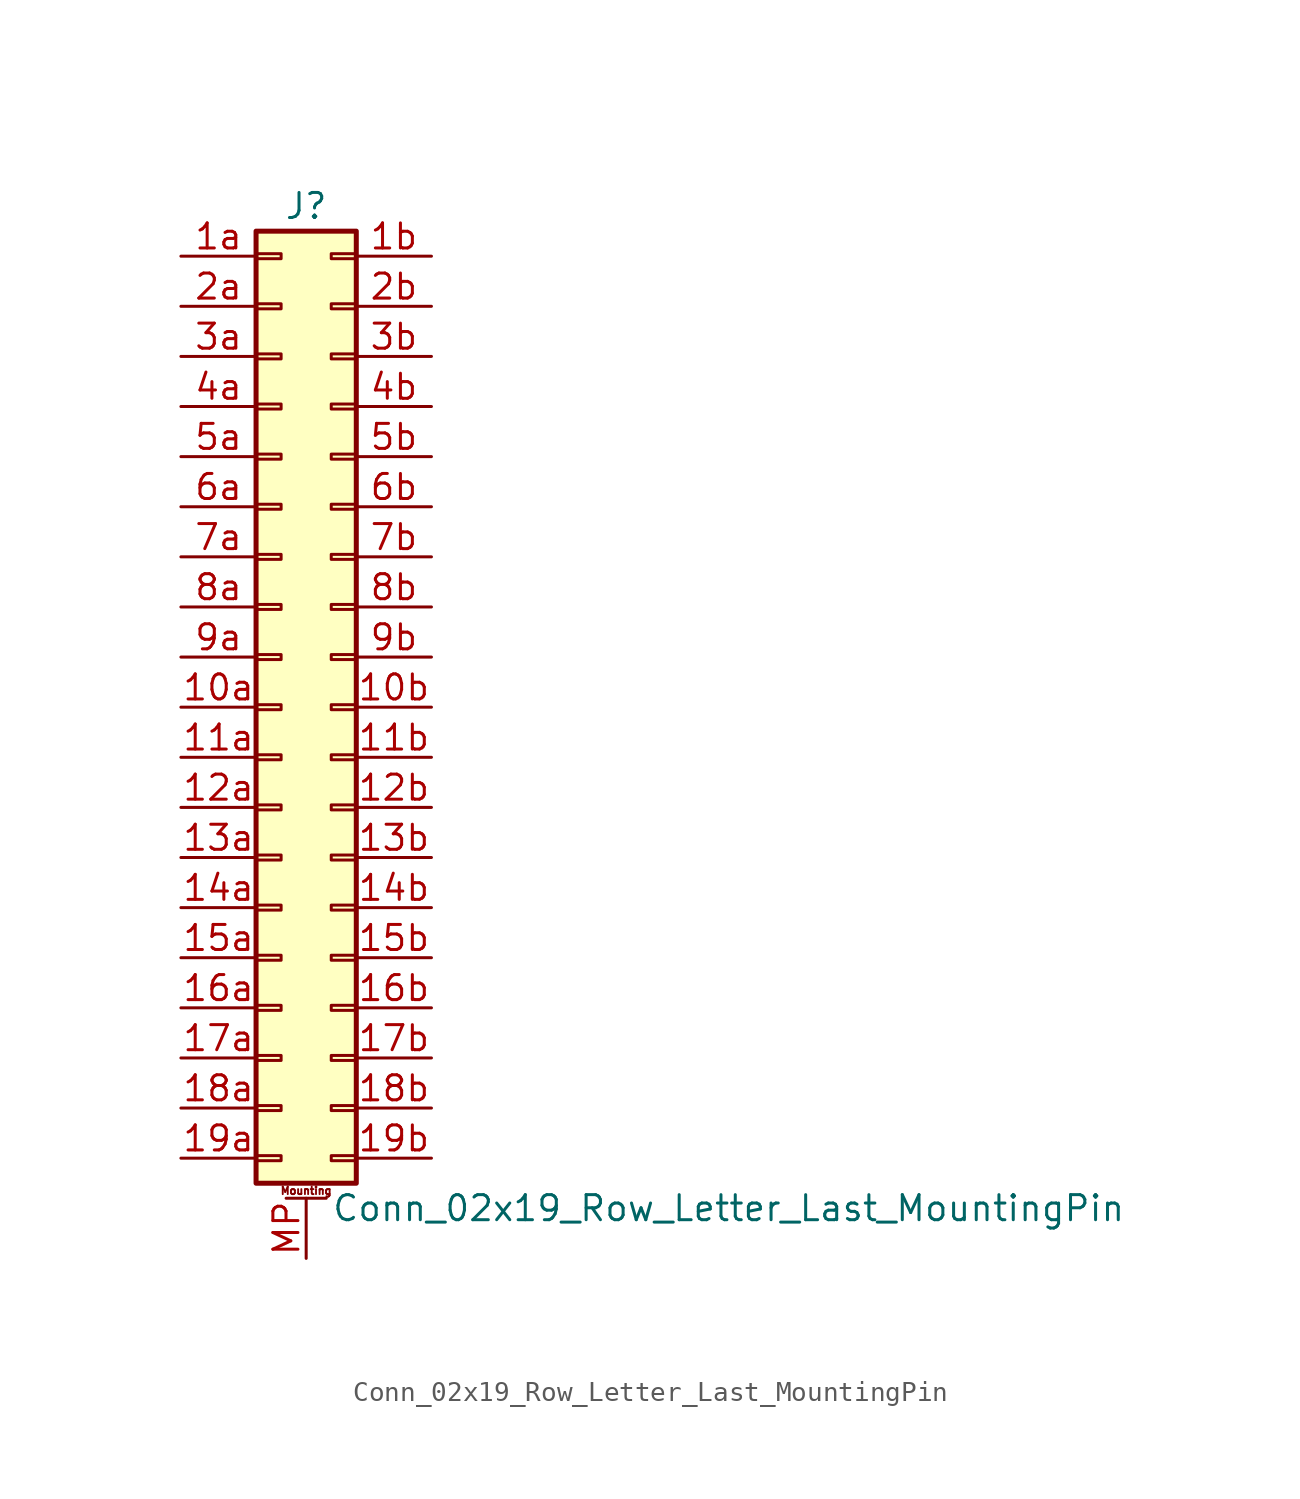
<source format=kicad_sym>
(kicad_symbol_lib
  (version 20220914)
  (generator kicad_symbol_editor)
  (symbol "Conn_02x19_Row_Letter_Last_MountingPin"
    (pin_names
      (offset 1.016) hide)
    (property "Reference" "J"
      (at 1.27 25.4 0)
      (effects (font (size 1.27 1.27))))
    (property "Value" "Conn_02x19_Row_Letter_Last_MountingPin"
      (at 2.54 -25.4 0)
      (effects (font (size 1.27 1.27)) (justify left)))
    (symbol "Conn_02x19_Row_Letter_Last_MountingPin_1_1"
      (rectangle (start -1.27 -22.733) (end 0 -22.987) (stroke (width 0.152) (type default)) (fill (type none)))
      (rectangle (start -1.27 -20.193) (end 0 -20.447) (stroke (width 0.152) (type default)) (fill (type none)))
      (rectangle (start -1.27 -17.653) (end 0 -17.907) (stroke (width 0.152) (type default)) (fill (type none)))
      (rectangle (start -1.27 -15.113) (end 0 -15.367) (stroke (width 0.152) (type default)) (fill (type none)))
      (rectangle (start -1.27 -12.573) (end 0 -12.827) (stroke (width 0.152) (type default)) (fill (type none)))
      (rectangle (start -1.27 -10.033) (end 0 -10.287) (stroke (width 0.152) (type default)) (fill (type none)))
      (rectangle (start -1.27 -7.493) (end 0 -7.747) (stroke (width 0.152) (type default)) (fill (type none)))
      (rectangle (start -1.27 -4.953) (end 0 -5.207) (stroke (width 0.152) (type default)) (fill (type none)))
      (rectangle (start -1.27 -2.413) (end 0 -2.667) (stroke (width 0.152) (type default)) (fill (type none)))
      (rectangle (start -1.27 0.127) (end 0 -0.127) (stroke (width 0.152) (type default)) (fill (type none)))
      (rectangle (start -1.27 2.667) (end 0 2.413) (stroke (width 0.152) (type default)) (fill (type none)))
      (rectangle (start -1.27 5.207) (end 0 4.953) (stroke (width 0.152) (type default)) (fill (type none)))
      (rectangle (start -1.27 7.747) (end 0 7.493) (stroke (width 0.152) (type default)) (fill (type none)))
      (rectangle (start -1.27 10.287) (end 0 10.033) (stroke (width 0.152) (type default)) (fill (type none)))
      (rectangle (start -1.27 12.827) (end 0 12.573) (stroke (width 0.152) (type default)) (fill (type none)))
      (rectangle (start -1.27 15.367) (end 0 15.113) (stroke (width 0.152) (type default)) (fill (type none)))
      (rectangle (start -1.27 17.907) (end 0 17.653) (stroke (width 0.152) (type default)) (fill (type none)))
      (rectangle (start -1.27 20.447) (end 0 20.193) (stroke (width 0.152) (type default)) (fill (type none)))
      (rectangle (start -1.27 22.987) (end 0 22.733) (stroke (width 0.152) (type default)) (fill (type none)))
      (rectangle (start -1.27 24.13) (end 3.81 -24.13) (stroke (width 0.254) (type default)) (fill (type background)))
      (polyline (pts (xy 0.254 -24.892) (xy 2.286 -24.892)) (stroke (width 0.152) (type default)) (fill (type none)))
      (rectangle (start 3.81 -22.733) (end 2.54 -22.987) (stroke (width 0.152) (type default)) (fill (type none)))
      (rectangle (start 3.81 -20.193) (end 2.54 -20.447) (stroke (width 0.152) (type default)) (fill (type none)))
      (rectangle (start 3.81 -17.653) (end 2.54 -17.907) (stroke (width 0.152) (type default)) (fill (type none)))
      (rectangle (start 3.81 -15.113) (end 2.54 -15.367) (stroke (width 0.152) (type default)) (fill (type none)))
      (rectangle (start 3.81 -12.573) (end 2.54 -12.827) (stroke (width 0.152) (type default)) (fill (type none)))
      (rectangle (start 3.81 -10.033) (end 2.54 -10.287) (stroke (width 0.152) (type default)) (fill (type none)))
      (rectangle (start 3.81 -7.493) (end 2.54 -7.747) (stroke (width 0.152) (type default)) (fill (type none)))
      (rectangle (start 3.81 -4.953) (end 2.54 -5.207) (stroke (width 0.152) (type default)) (fill (type none)))
      (rectangle (start 3.81 -2.413) (end 2.54 -2.667) (stroke (width 0.152) (type default)) (fill (type none)))
      (rectangle (start 3.81 0.127) (end 2.54 -0.127) (stroke (width 0.152) (type default)) (fill (type none)))
      (rectangle (start 3.81 2.667) (end 2.54 2.413) (stroke (width 0.152) (type default)) (fill (type none)))
      (rectangle (start 3.81 5.207) (end 2.54 4.953) (stroke (width 0.152) (type default)) (fill (type none)))
      (rectangle (start 3.81 7.747) (end 2.54 7.493) (stroke (width 0.152) (type default)) (fill (type none)))
      (rectangle (start 3.81 10.287) (end 2.54 10.033) (stroke (width 0.152) (type default)) (fill (type none)))
      (rectangle (start 3.81 12.827) (end 2.54 12.573) (stroke (width 0.152) (type default)) (fill (type none)))
      (rectangle (start 3.81 15.367) (end 2.54 15.113) (stroke (width 0.152) (type default)) (fill (type none)))
      (rectangle (start 3.81 17.907) (end 2.54 17.653) (stroke (width 0.152) (type default)) (fill (type none)))
      (rectangle (start 3.81 20.447) (end 2.54 20.193) (stroke (width 0.152) (type default)) (fill (type none)))
      (rectangle (start 3.81 22.987) (end 2.54 22.733) (stroke (width 0.152) (type default)) (fill (type none)))
      (text "Mounting" (at 1.27 -24.511 0) (effects (font (size 0.381 0.381))))
      (pin passive line (at -5.08 0 0) (length 3.81) (name "Pin_10a" (effects (font (size 1.27 1.27)))) (number "10a" (effects (font (size 1.27 1.27)))))
      (pin passive line (at 7.62 0 180) (length 3.81) (name "Pin_10b" (effects (font (size 1.27 1.27)))) (number "10b" (effects (font (size 1.27 1.27)))))
      (pin passive line (at -5.08 -2.54 0) (length 3.81) (name "Pin_11a" (effects (font (size 1.27 1.27)))) (number "11a" (effects (font (size 1.27 1.27)))))
      (pin passive line (at 7.62 -2.54 180) (length 3.81) (name "Pin_11b" (effects (font (size 1.27 1.27)))) (number "11b" (effects (font (size 1.27 1.27)))))
      (pin passive line (at -5.08 -5.08 0) (length 3.81) (name "Pin_12a" (effects (font (size 1.27 1.27)))) (number "12a" (effects (font (size 1.27 1.27)))))
      (pin passive line (at 7.62 -5.08 180) (length 3.81) (name "Pin_12b" (effects (font (size 1.27 1.27)))) (number "12b" (effects (font (size 1.27 1.27)))))
      (pin passive line (at -5.08 -7.62 0) (length 3.81) (name "Pin_13a" (effects (font (size 1.27 1.27)))) (number "13a" (effects (font (size 1.27 1.27)))))
      (pin passive line (at 7.62 -7.62 180) (length 3.81) (name "Pin_13b" (effects (font (size 1.27 1.27)))) (number "13b" (effects (font (size 1.27 1.27)))))
      (pin passive line (at -5.08 -10.16 0) (length 3.81) (name "Pin_14a" (effects (font (size 1.27 1.27)))) (number "14a" (effects (font (size 1.27 1.27)))))
      (pin passive line (at 7.62 -10.16 180) (length 3.81) (name "Pin_14b" (effects (font (size 1.27 1.27)))) (number "14b" (effects (font (size 1.27 1.27)))))
      (pin passive line (at -5.08 -12.7 0) (length 3.81) (name "Pin_15a" (effects (font (size 1.27 1.27)))) (number "15a" (effects (font (size 1.27 1.27)))))
      (pin passive line (at 7.62 -12.7 180) (length 3.81) (name "Pin_15b" (effects (font (size 1.27 1.27)))) (number "15b" (effects (font (size 1.27 1.27)))))
      (pin passive line (at -5.08 -15.24 0) (length 3.81) (name "Pin_16a" (effects (font (size 1.27 1.27)))) (number "16a" (effects (font (size 1.27 1.27)))))
      (pin passive line (at 7.62 -15.24 180) (length 3.81) (name "Pin_16b" (effects (font (size 1.27 1.27)))) (number "16b" (effects (font (size 1.27 1.27)))))
      (pin passive line (at -5.08 -17.78 0) (length 3.81) (name "Pin_17a" (effects (font (size 1.27 1.27)))) (number "17a" (effects (font (size 1.27 1.27)))))
      (pin passive line (at 7.62 -17.78 180) (length 3.81) (name "Pin_17b" (effects (font (size 1.27 1.27)))) (number "17b" (effects (font (size 1.27 1.27)))))
      (pin passive line (at -5.08 -20.32 0) (length 3.81) (name "Pin_18a" (effects (font (size 1.27 1.27)))) (number "18a" (effects (font (size 1.27 1.27)))))
      (pin passive line (at 7.62 -20.32 180) (length 3.81) (name "Pin_18b" (effects (font (size 1.27 1.27)))) (number "18b" (effects (font (size 1.27 1.27)))))
      (pin passive line (at -5.08 -22.86 0) (length 3.81) (name "Pin_19a" (effects (font (size 1.27 1.27)))) (number "19a" (effects (font (size 1.27 1.27)))))
      (pin passive line (at 7.62 -22.86 180) (length 3.81) (name "Pin_19b" (effects (font (size 1.27 1.27)))) (number "19b" (effects (font (size 1.27 1.27)))))
      (pin passive line (at -5.08 22.86 0) (length 3.81) (name "Pin_1a" (effects (font (size 1.27 1.27)))) (number "1a" (effects (font (size 1.27 1.27)))))
      (pin passive line (at 7.62 22.86 180) (length 3.81) (name "Pin_1b" (effects (font (size 1.27 1.27)))) (number "1b" (effects (font (size 1.27 1.27)))))
      (pin passive line (at -5.08 20.32 0) (length 3.81) (name "Pin_2a" (effects (font (size 1.27 1.27)))) (number "2a" (effects (font (size 1.27 1.27)))))
      (pin passive line (at 7.62 20.32 180) (length 3.81) (name "Pin_2b" (effects (font (size 1.27 1.27)))) (number "2b" (effects (font (size 1.27 1.27)))))
      (pin passive line (at -5.08 17.78 0) (length 3.81) (name "Pin_3a" (effects (font (size 1.27 1.27)))) (number "3a" (effects (font (size 1.27 1.27)))))
      (pin passive line (at 7.62 17.78 180) (length 3.81) (name "Pin_3b" (effects (font (size 1.27 1.27)))) (number "3b" (effects (font (size 1.27 1.27)))))
      (pin passive line (at -5.08 15.24 0) (length 3.81) (name "Pin_4a" (effects (font (size 1.27 1.27)))) (number "4a" (effects (font (size 1.27 1.27)))))
      (pin passive line (at 7.62 15.24 180) (length 3.81) (name "Pin_4b" (effects (font (size 1.27 1.27)))) (number "4b" (effects (font (size 1.27 1.27)))))
      (pin passive line (at -5.08 12.7 0) (length 3.81) (name "Pin_5a" (effects (font (size 1.27 1.27)))) (number "5a" (effects (font (size 1.27 1.27)))))
      (pin passive line (at 7.62 12.7 180) (length 3.81) (name "Pin_5b" (effects (font (size 1.27 1.27)))) (number "5b" (effects (font (size 1.27 1.27)))))
      (pin passive line (at -5.08 10.16 0) (length 3.81) (name "Pin_6a" (effects (font (size 1.27 1.27)))) (number "6a" (effects (font (size 1.27 1.27)))))
      (pin passive line (at 7.62 10.16 180) (length 3.81) (name "Pin_6b" (effects (font (size 1.27 1.27)))) (number "6b" (effects (font (size 1.27 1.27)))))
      (pin passive line (at -5.08 7.62 0) (length 3.81) (name "Pin_7a" (effects (font (size 1.27 1.27)))) (number "7a" (effects (font (size 1.27 1.27)))))
      (pin passive line (at 7.62 7.62 180) (length 3.81) (name "Pin_7b" (effects (font (size 1.27 1.27)))) (number "7b" (effects (font (size 1.27 1.27)))))
      (pin passive line (at -5.08 5.08 0) (length 3.81) (name "Pin_8a" (effects (font (size 1.27 1.27)))) (number "8a" (effects (font (size 1.27 1.27)))))
      (pin passive line (at 7.62 5.08 180) (length 3.81) (name "Pin_8b" (effects (font (size 1.27 1.27)))) (number "8b" (effects (font (size 1.27 1.27)))))
      (pin passive line (at -5.08 2.54 0) (length 3.81) (name "Pin_9a" (effects (font (size 1.27 1.27)))) (number "9a" (effects (font (size 1.27 1.27)))))
      (pin passive line (at 7.62 2.54 180) (length 3.81) (name "Pin_9b" (effects (font (size 1.27 1.27)))) (number "9b" (effects (font (size 1.27 1.27)))))
      (pin passive line (at 1.27 -27.94 90) (length 3.048) (name "MountPin" (effects (font (size 1.27 1.27)))) (number "MP" (effects (font (size 1.27 1.27))))))))
</source>
